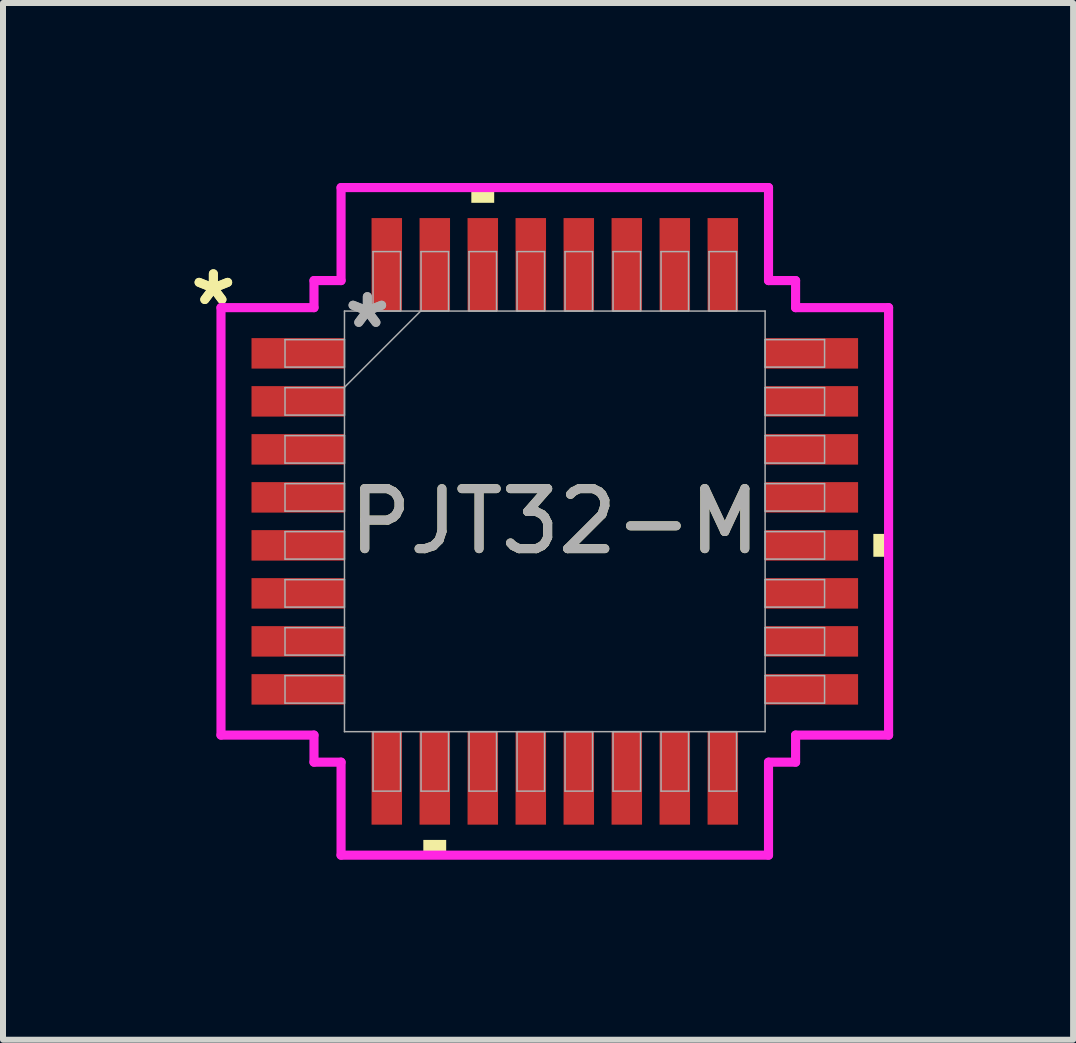
<source format=kicad_pcb>
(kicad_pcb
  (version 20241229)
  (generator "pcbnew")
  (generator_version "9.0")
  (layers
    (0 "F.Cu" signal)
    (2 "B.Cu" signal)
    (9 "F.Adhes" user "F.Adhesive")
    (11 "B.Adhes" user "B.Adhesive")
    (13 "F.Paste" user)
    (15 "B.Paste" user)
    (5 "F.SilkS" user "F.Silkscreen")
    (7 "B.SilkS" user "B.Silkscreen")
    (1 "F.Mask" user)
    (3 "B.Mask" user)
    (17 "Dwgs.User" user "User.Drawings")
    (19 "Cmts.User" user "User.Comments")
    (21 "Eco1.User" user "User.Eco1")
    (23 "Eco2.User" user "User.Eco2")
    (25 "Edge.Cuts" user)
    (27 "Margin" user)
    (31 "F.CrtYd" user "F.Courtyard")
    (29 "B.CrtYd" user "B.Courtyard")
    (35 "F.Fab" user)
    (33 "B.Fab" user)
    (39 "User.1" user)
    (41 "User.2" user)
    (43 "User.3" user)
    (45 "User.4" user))
  (footprint "PJT32-M"
    (layer "F.Cu")
    (at 6.196 5.639)
    (property "Reference" "PJT32-M" (at 0 0 0) (unlocked yes) (layer "F.SilkS") (effects (font (size 1 1) (thickness 0.15))))
    (attr smd)
    (fp_poly (pts (xy -2.191 5.309) (xy -2.191 5.563) (xy -1.81 5.563) (xy -1.81 5.309)) (stroke (width 0) (type solid)) (fill yes) (layer "F.SilkS"))
    (fp_poly (pts (xy -1.391 -5.309) (xy -1.391 -5.563) (xy -1.01 -5.563) (xy -1.01 -5.309)) (stroke (width 0) (type solid)) (fill yes) (layer "F.SilkS"))
    (fp_poly (pts (xy 5.563 0.209) (xy 5.563 0.59) (xy 5.309 0.59) (xy 5.309 0.209)) (stroke (width 0) (type solid)) (fill yes) (layer "F.SilkS"))
    (fp_line (start -5.563 -3.562) (end -4.013 -3.562) (stroke (width 0.152) (type solid)) (layer "F.CrtYd"))
    (fp_line (start -5.563 3.562) (end -5.563 -3.562) (stroke (width 0.152) (type solid)) (layer "F.CrtYd"))
    (fp_line (start -4.013 -4.013) (end -3.562 -4.013) (stroke (width 0.152) (type solid)) (layer "F.CrtYd"))
    (fp_line (start -4.013 -3.562) (end -4.013 -4.013) (stroke (width 0.152) (type solid)) (layer "F.CrtYd"))
    (fp_line (start -4.013 3.562) (end -5.563 3.562) (stroke (width 0.152) (type solid)) (layer "F.CrtYd"))
    (fp_line (start -4.013 4.013) (end -4.013 3.562) (stroke (width 0.152) (type solid)) (layer "F.CrtYd"))
    (fp_line (start -4.013 4.013) (end -3.562 4.013) (stroke (width 0.152) (type solid)) (layer "F.CrtYd"))
    (fp_line (start -3.562 -5.563) (end 3.562 -5.563) (stroke (width 0.152) (type solid)) (layer "F.CrtYd"))
    (fp_line (start -3.562 -4.013) (end -3.562 -5.563) (stroke (width 0.152) (type solid)) (layer "F.CrtYd"))
    (fp_line (start -3.562 4.013) (end -3.562 5.563) (stroke (width 0.152) (type solid)) (layer "F.CrtYd"))
    (fp_line (start -3.562 5.563) (end 3.562 5.563) (stroke (width 0.152) (type solid)) (layer "F.CrtYd"))
    (fp_line (start 3.562 -5.563) (end 3.562 -4.013) (stroke (width 0.152) (type solid)) (layer "F.CrtYd"))
    (fp_line (start 3.562 -4.013) (end 4.013 -4.013) (stroke (width 0.152) (type solid)) (layer "F.CrtYd"))
    (fp_line (start 3.562 4.013) (end 4.013 4.013) (stroke (width 0.152) (type solid)) (layer "F.CrtYd"))
    (fp_line (start 3.562 5.563) (end 3.562 4.013) (stroke (width 0.152) (type solid)) (layer "F.CrtYd"))
    (fp_line (start 4.013 -3.562) (end 4.013 -4.013) (stroke (width 0.152) (type solid)) (layer "F.CrtYd"))
    (fp_line (start 4.013 3.562) (end 5.563 3.562) (stroke (width 0.152) (type solid)) (layer "F.CrtYd"))
    (fp_line (start 4.013 4.013) (end 4.013 3.562) (stroke (width 0.152) (type solid)) (layer "F.CrtYd"))
    (fp_line (start 5.563 -3.562) (end 4.013 -3.562) (stroke (width 0.152) (type solid)) (layer "F.CrtYd"))
    (fp_line (start 5.563 3.562) (end 5.563 -3.562) (stroke (width 0.152) (type solid)) (layer "F.CrtYd"))
    (fp_line (start -4.496 -3.029) (end -4.496 -2.571) (stroke (width 0.025) (type solid)) (layer "F.Fab"))
    (fp_line (start -4.496 -2.571) (end -3.505 -2.571) (stroke (width 0.025) (type solid)) (layer "F.Fab"))
    (fp_line (start -4.496 -2.229) (end -4.496 -1.771) (stroke (width 0.025) (type solid)) (layer "F.Fab"))
    (fp_line (start -4.496 -1.771) (end -3.505 -1.771) (stroke (width 0.025) (type solid)) (layer "F.Fab"))
    (fp_line (start -4.496 -1.429) (end -4.496 -0.971) (stroke (width 0.025) (type solid)) (layer "F.Fab"))
    (fp_line (start -4.496 -0.971) (end -3.505 -0.971) (stroke (width 0.025) (type solid)) (layer "F.Fab"))
    (fp_line (start -4.496 -0.629) (end -4.496 -0.171) (stroke (width 0.025) (type solid)) (layer "F.Fab"))
    (fp_line (start -4.496 -0.171) (end -3.505 -0.171) (stroke (width 0.025) (type solid)) (layer "F.Fab"))
    (fp_line (start -4.496 0.171) (end -4.496 0.629) (stroke (width 0.025) (type solid)) (layer "F.Fab"))
    (fp_line (start -4.496 0.629) (end -3.505 0.629) (stroke (width 0.025) (type solid)) (layer "F.Fab"))
    (fp_line (start -4.496 0.971) (end -4.496 1.429) (stroke (width 0.025) (type solid)) (layer "F.Fab"))
    (fp_line (start -4.496 1.429) (end -3.505 1.429) (stroke (width 0.025) (type solid)) (layer "F.Fab"))
    (fp_line (start -4.496 1.771) (end -4.496 2.229) (stroke (width 0.025) (type solid)) (layer "F.Fab"))
    (fp_line (start -4.496 2.229) (end -3.505 2.229) (stroke (width 0.025) (type solid)) (layer "F.Fab"))
    (fp_line (start -4.496 2.571) (end -4.496 3.029) (stroke (width 0.025) (type solid)) (layer "F.Fab"))
    (fp_line (start -4.496 3.029) (end -3.505 3.029) (stroke (width 0.025) (type solid)) (layer "F.Fab"))
    (fp_line (start -3.505 -3.505) (end -3.505 3.505) (stroke (width 0.025) (type solid)) (layer "F.Fab"))
    (fp_line (start -3.505 -3.029) (end -4.496 -3.029) (stroke (width 0.025) (type solid)) (layer "F.Fab"))
    (fp_line (start -3.505 -2.571) (end -3.505 -3.029) (stroke (width 0.025) (type solid)) (layer "F.Fab"))
    (fp_line (start -3.505 -2.235) (end -2.235 -3.505) (stroke (width 0.025) (type solid)) (layer "F.Fab"))
    (fp_line (start -3.505 -2.229) (end -4.496 -2.229) (stroke (width 0.025) (type solid)) (layer "F.Fab"))
    (fp_line (start -3.505 -1.771) (end -3.505 -2.229) (stroke (width 0.025) (type solid)) (layer "F.Fab"))
    (fp_line (start -3.505 -1.429) (end -4.496 -1.429) (stroke (width 0.025) (type solid)) (layer "F.Fab"))
    (fp_line (start -3.505 -0.971) (end -3.505 -1.429) (stroke (width 0.025) (type solid)) (layer "F.Fab"))
    (fp_line (start -3.505 -0.629) (end -4.496 -0.629) (stroke (width 0.025) (type solid)) (layer "F.Fab"))
    (fp_line (start -3.505 -0.171) (end -3.505 -0.629) (stroke (width 0.025) (type solid)) (layer "F.Fab"))
    (fp_line (start -3.505 0.171) (end -4.496 0.171) (stroke (width 0.025) (type solid)) (layer "F.Fab"))
    (fp_line (start -3.505 0.629) (end -3.505 0.171) (stroke (width 0.025) (type solid)) (layer "F.Fab"))
    (fp_line (start -3.505 0.971) (end -4.496 0.971) (stroke (width 0.025) (type solid)) (layer "F.Fab"))
    (fp_line (start -3.505 1.429) (end -3.505 0.971) (stroke (width 0.025) (type solid)) (layer "F.Fab"))
    (fp_line (start -3.505 1.771) (end -4.496 1.771) (stroke (width 0.025) (type solid)) (layer "F.Fab"))
    (fp_line (start -3.505 2.229) (end -3.505 1.771) (stroke (width 0.025) (type solid)) (layer "F.Fab"))
    (fp_line (start -3.505 2.571) (end -4.496 2.571) (stroke (width 0.025) (type solid)) (layer "F.Fab"))
    (fp_line (start -3.505 3.029) (end -3.505 2.571) (stroke (width 0.025) (type solid)) (layer "F.Fab"))
    (fp_line (start -3.505 3.505) (end 3.505 3.505) (stroke (width 0.025) (type solid)) (layer "F.Fab"))
    (fp_line (start -3.029 -4.496) (end -3.029 -3.505) (stroke (width 0.025) (type solid)) (layer "F.Fab"))
    (fp_line (start -3.029 -3.505) (end -2.571 -3.505) (stroke (width 0.025) (type solid)) (layer "F.Fab"))
    (fp_line (start -3.029 3.505) (end -3.029 4.496) (stroke (width 0.025) (type solid)) (layer "F.Fab"))
    (fp_line (start -3.029 4.496) (end -2.571 4.496) (stroke (width 0.025) (type solid)) (layer "F.Fab"))
    (fp_line (start -2.571 -4.496) (end -3.029 -4.496) (stroke (width 0.025) (type solid)) (layer "F.Fab"))
    (fp_line (start -2.571 -3.505) (end -2.571 -4.496) (stroke (width 0.025) (type solid)) (layer "F.Fab"))
    (fp_line (start -2.571 3.505) (end -3.029 3.505) (stroke (width 0.025) (type solid)) (layer "F.Fab"))
    (fp_line (start -2.571 4.496) (end -2.571 3.505) (stroke (width 0.025) (type solid)) (layer "F.Fab"))
    (fp_line (start -2.229 -4.496) (end -2.229 -3.505) (stroke (width 0.025) (type solid)) (layer "F.Fab"))
    (fp_line (start -2.229 -3.505) (end -1.771 -3.505) (stroke (width 0.025) (type solid)) (layer "F.Fab"))
    (fp_line (start -2.229 3.505) (end -2.229 4.496) (stroke (width 0.025) (type solid)) (layer "F.Fab"))
    (fp_line (start -2.229 4.496) (end -1.771 4.496) (stroke (width 0.025) (type solid)) (layer "F.Fab"))
    (fp_line (start -1.771 -4.496) (end -2.229 -4.496) (stroke (width 0.025) (type solid)) (layer "F.Fab"))
    (fp_line (start -1.771 -3.505) (end -1.771 -4.496) (stroke (width 0.025) (type solid)) (layer "F.Fab"))
    (fp_line (start -1.771 3.505) (end -2.229 3.505) (stroke (width 0.025) (type solid)) (layer "F.Fab"))
    (fp_line (start -1.771 4.496) (end -1.771 3.505) (stroke (width 0.025) (type solid)) (layer "F.Fab"))
    (fp_line (start -1.429 -4.496) (end -1.429 -3.505) (stroke (width 0.025) (type solid)) (layer "F.Fab"))
    (fp_line (start -1.429 -3.505) (end -0.971 -3.505) (stroke (width 0.025) (type solid)) (layer "F.Fab"))
    (fp_line (start -1.429 3.505) (end -1.429 4.496) (stroke (width 0.025) (type solid)) (layer "F.Fab"))
    (fp_line (start -1.429 4.496) (end -0.971 4.496) (stroke (width 0.025) (type solid)) (layer "F.Fab"))
    (fp_line (start -0.971 -4.496) (end -1.429 -4.496) (stroke (width 0.025) (type solid)) (layer "F.Fab"))
    (fp_line (start -0.971 -3.505) (end -0.971 -4.496) (stroke (width 0.025) (type solid)) (layer "F.Fab"))
    (fp_line (start -0.971 3.505) (end -1.429 3.505) (stroke (width 0.025) (type solid)) (layer "F.Fab"))
    (fp_line (start -0.971 4.496) (end -0.971 3.505) (stroke (width 0.025) (type solid)) (layer "F.Fab"))
    (fp_line (start -0.629 -4.496) (end -0.629 -3.505) (stroke (width 0.025) (type solid)) (layer "F.Fab"))
    (fp_line (start -0.629 -3.505) (end -0.171 -3.505) (stroke (width 0.025) (type solid)) (layer "F.Fab"))
    (fp_line (start -0.629 3.505) (end -0.629 4.496) (stroke (width 0.025) (type solid)) (layer "F.Fab"))
    (fp_line (start -0.629 4.496) (end -0.171 4.496) (stroke (width 0.025) (type solid)) (layer "F.Fab"))
    (fp_line (start -0.171 -4.496) (end -0.629 -4.496) (stroke (width 0.025) (type solid)) (layer "F.Fab"))
    (fp_line (start -0.171 -3.505) (end -0.171 -4.496) (stroke (width 0.025) (type solid)) (layer "F.Fab"))
    (fp_line (start -0.171 3.505) (end -0.629 3.505) (stroke (width 0.025) (type solid)) (layer "F.Fab"))
    (fp_line (start -0.171 4.496) (end -0.171 3.505) (stroke (width 0.025) (type solid)) (layer "F.Fab"))
    (fp_line (start 0.171 -4.496) (end 0.171 -3.505) (stroke (width 0.025) (type solid)) (layer "F.Fab"))
    (fp_line (start 0.171 -3.505) (end 0.629 -3.505) (stroke (width 0.025) (type solid)) (layer "F.Fab"))
    (fp_line (start 0.171 3.505) (end 0.171 4.496) (stroke (width 0.025) (type solid)) (layer "F.Fab"))
    (fp_line (start 0.171 4.496) (end 0.629 4.496) (stroke (width 0.025) (type solid)) (layer "F.Fab"))
    (fp_line (start 0.629 -4.496) (end 0.171 -4.496) (stroke (width 0.025) (type solid)) (layer "F.Fab"))
    (fp_line (start 0.629 -3.505) (end 0.629 -4.496) (stroke (width 0.025) (type solid)) (layer "F.Fab"))
    (fp_line (start 0.629 3.505) (end 0.171 3.505) (stroke (width 0.025) (type solid)) (layer "F.Fab"))
    (fp_line (start 0.629 4.496) (end 0.629 3.505) (stroke (width 0.025) (type solid)) (layer "F.Fab"))
    (fp_line (start 0.971 -4.496) (end 0.971 -3.505) (stroke (width 0.025) (type solid)) (layer "F.Fab"))
    (fp_line (start 0.971 -3.505) (end 1.429 -3.505) (stroke (width 0.025) (type solid)) (layer "F.Fab"))
    (fp_line (start 0.971 3.505) (end 0.971 4.496) (stroke (width 0.025) (type solid)) (layer "F.Fab"))
    (fp_line (start 0.971 4.496) (end 1.429 4.496) (stroke (width 0.025) (type solid)) (layer "F.Fab"))
    (fp_line (start 1.429 -4.496) (end 0.971 -4.496) (stroke (width 0.025) (type solid)) (layer "F.Fab"))
    (fp_line (start 1.429 -3.505) (end 1.429 -4.496) (stroke (width 0.025) (type solid)) (layer "F.Fab"))
    (fp_line (start 1.429 3.505) (end 0.971 3.505) (stroke (width 0.025) (type solid)) (layer "F.Fab"))
    (fp_line (start 1.429 4.496) (end 1.429 3.505) (stroke (width 0.025) (type solid)) (layer "F.Fab"))
    (fp_line (start 1.771 -4.496) (end 1.771 -3.505) (stroke (width 0.025) (type solid)) (layer "F.Fab"))
    (fp_line (start 1.771 -3.505) (end 2.229 -3.505) (stroke (width 0.025) (type solid)) (layer "F.Fab"))
    (fp_line (start 1.771 3.505) (end 1.771 4.496) (stroke (width 0.025) (type solid)) (layer "F.Fab"))
    (fp_line (start 1.771 4.496) (end 2.229 4.496) (stroke (width 0.025) (type solid)) (layer "F.Fab"))
    (fp_line (start 2.229 -4.496) (end 1.771 -4.496) (stroke (width 0.025) (type solid)) (layer "F.Fab"))
    (fp_line (start 2.229 -3.505) (end 2.229 -4.496) (stroke (width 0.025) (type solid)) (layer "F.Fab"))
    (fp_line (start 2.229 3.505) (end 1.771 3.505) (stroke (width 0.025) (type solid)) (layer "F.Fab"))
    (fp_line (start 2.229 4.496) (end 2.229 3.505) (stroke (width 0.025) (type solid)) (layer "F.Fab"))
    (fp_line (start 2.571 -4.496) (end 2.571 -3.505) (stroke (width 0.025) (type solid)) (layer "F.Fab"))
    (fp_line (start 2.571 -3.505) (end 3.029 -3.505) (stroke (width 0.025) (type solid)) (layer "F.Fab"))
    (fp_line (start 2.571 3.505) (end 2.571 4.496) (stroke (width 0.025) (type solid)) (layer "F.Fab"))
    (fp_line (start 2.571 4.496) (end 3.029 4.496) (stroke (width 0.025) (type solid)) (layer "F.Fab"))
    (fp_line (start 3.029 -4.496) (end 2.571 -4.496) (stroke (width 0.025) (type solid)) (layer "F.Fab"))
    (fp_line (start 3.029 -3.505) (end 3.029 -4.496) (stroke (width 0.025) (type solid)) (layer "F.Fab"))
    (fp_line (start 3.029 3.505) (end 2.571 3.505) (stroke (width 0.025) (type solid)) (layer "F.Fab"))
    (fp_line (start 3.029 4.496) (end 3.029 3.505) (stroke (width 0.025) (type solid)) (layer "F.Fab"))
    (fp_line (start 3.505 -3.505) (end -3.505 -3.505) (stroke (width 0.025) (type solid)) (layer "F.Fab"))
    (fp_line (start 3.505 -3.029) (end 3.505 -2.571) (stroke (width 0.025) (type solid)) (layer "F.Fab"))
    (fp_line (start 3.505 -2.571) (end 4.496 -2.571) (stroke (width 0.025) (type solid)) (layer "F.Fab"))
    (fp_line (start 3.505 -2.229) (end 3.505 -1.771) (stroke (width 0.025) (type solid)) (layer "F.Fab"))
    (fp_line (start 3.505 -1.771) (end 4.496 -1.771) (stroke (width 0.025) (type solid)) (layer "F.Fab"))
    (fp_line (start 3.505 -1.429) (end 3.505 -0.971) (stroke (width 0.025) (type solid)) (layer "F.Fab"))
    (fp_line (start 3.505 -0.971) (end 4.496 -0.971) (stroke (width 0.025) (type solid)) (layer "F.Fab"))
    (fp_line (start 3.505 -0.629) (end 3.505 -0.171) (stroke (width 0.025) (type solid)) (layer "F.Fab"))
    (fp_line (start 3.505 -0.171) (end 4.496 -0.171) (stroke (width 0.025) (type solid)) (layer "F.Fab"))
    (fp_line (start 3.505 0.171) (end 3.505 0.629) (stroke (width 0.025) (type solid)) (layer "F.Fab"))
    (fp_line (start 3.505 0.629) (end 4.496 0.629) (stroke (width 0.025) (type solid)) (layer "F.Fab"))
    (fp_line (start 3.505 0.971) (end 3.505 1.429) (stroke (width 0.025) (type solid)) (layer "F.Fab"))
    (fp_line (start 3.505 1.429) (end 4.496 1.429) (stroke (width 0.025) (type solid)) (layer "F.Fab"))
    (fp_line (start 3.505 1.771) (end 3.505 2.229) (stroke (width 0.025) (type solid)) (layer "F.Fab"))
    (fp_line (start 3.505 2.229) (end 4.496 2.229) (stroke (width 0.025) (type solid)) (layer "F.Fab"))
    (fp_line (start 3.505 2.571) (end 3.505 3.029) (stroke (width 0.025) (type solid)) (layer "F.Fab"))
    (fp_line (start 3.505 3.029) (end 4.496 3.029) (stroke (width 0.025) (type solid)) (layer "F.Fab"))
    (fp_line (start 3.505 3.505) (end 3.505 -3.505) (stroke (width 0.025) (type solid)) (layer "F.Fab"))
    (fp_line (start 4.496 -3.029) (end 3.505 -3.029) (stroke (width 0.025) (type solid)) (layer "F.Fab"))
    (fp_line (start 4.496 -2.571) (end 4.496 -3.029) (stroke (width 0.025) (type solid)) (layer "F.Fab"))
    (fp_line (start 4.496 -2.229) (end 3.505 -2.229) (stroke (width 0.025) (type solid)) (layer "F.Fab"))
    (fp_line (start 4.496 -1.771) (end 4.496 -2.229) (stroke (width 0.025) (type solid)) (layer "F.Fab"))
    (fp_line (start 4.496 -1.429) (end 3.505 -1.429) (stroke (width 0.025) (type solid)) (layer "F.Fab"))
    (fp_line (start 4.496 -0.971) (end 4.496 -1.429) (stroke (width 0.025) (type solid)) (layer "F.Fab"))
    (fp_line (start 4.496 -0.629) (end 3.505 -0.629) (stroke (width 0.025) (type solid)) (layer "F.Fab"))
    (fp_line (start 4.496 -0.171) (end 4.496 -0.629) (stroke (width 0.025) (type solid)) (layer "F.Fab"))
    (fp_line (start 4.496 0.171) (end 3.505 0.171) (stroke (width 0.025) (type solid)) (layer "F.Fab"))
    (fp_line (start 4.496 0.629) (end 4.496 0.171) (stroke (width 0.025) (type solid)) (layer "F.Fab"))
    (fp_line (start 4.496 0.971) (end 3.505 0.971) (stroke (width 0.025) (type solid)) (layer "F.Fab"))
    (fp_line (start 4.496 1.429) (end 4.496 0.971) (stroke (width 0.025) (type solid)) (layer "F.Fab"))
    (fp_line (start 4.496 1.771) (end 3.505 1.771) (stroke (width 0.025) (type solid)) (layer "F.Fab"))
    (fp_line (start 4.496 2.229) (end 4.496 1.771) (stroke (width 0.025) (type solid)) (layer "F.Fab"))
    (fp_line (start 4.496 2.571) (end 3.505 2.571) (stroke (width 0.025) (type solid)) (layer "F.Fab"))
    (fp_line (start 4.496 3.029) (end 4.496 2.571) (stroke (width 0.025) (type solid)) (layer "F.Fab"))
    (fp_text user "*" (at -5.69 -3.581 0) (layer "F.SilkS") (effects (font (size 1 1) (thickness 0.15))))
    (fp_text user "*" (at -5.69 -3.581 0) (unlocked yes) (layer "F.SilkS") (effects (font (size 1 1) (thickness 0.15))))
    (fp_text user "*" (at -3.124 -3.2 0) (unlocked yes) (layer "F.Fab") (effects (font (size 1 1) (thickness 0.15))))
    (fp_text user "${REFERENCE}" (at 0 0 0) (unlocked yes) (layer "F.Fab") (effects (font (size 1 1) (thickness 0.15))))
    (fp_text user "*" (at -3.124 -3.2 0) (layer "F.Fab") (effects (font (size 1 1) (thickness 0.15))))
    (pad "1" smd rect (at -4.28 -2.8 90) (size 0.508 1.549) (layers "F.Cu" "F.Mask" "F.Paste"))
    (pad "2" smd rect (at -4.28 -2 90) (size 0.508 1.549) (layers "F.Cu" "F.Mask" "F.Paste"))
    (pad "3" smd rect (at -4.28 -1.2 90) (size 0.508 1.549) (layers "F.Cu" "F.Mask" "F.Paste"))
    (pad "4" smd rect (at -4.28 -0.4 90) (size 0.508 1.549) (layers "F.Cu" "F.Mask" "F.Paste"))
    (pad "5" smd rect (at -4.28 0.4 90) (size 0.508 1.549) (layers "F.Cu" "F.Mask" "F.Paste"))
    (pad "6" smd rect (at -4.28 1.2 90) (size 0.508 1.549) (layers "F.Cu" "F.Mask" "F.Paste"))
    (pad "7" smd rect (at -4.28 2 90) (size 0.508 1.549) (layers "F.Cu" "F.Mask" "F.Paste"))
    (pad "8" smd rect (at -4.28 2.8 90) (size 0.508 1.549) (layers "F.Cu" "F.Mask" "F.Paste"))
    (pad "9" smd rect (at -2.8 4.28) (size 0.508 1.549) (layers "F.Cu" "F.Mask" "F.Paste"))
    (pad "10" smd rect (at -2 4.28) (size 0.508 1.549) (layers "F.Cu" "F.Mask" "F.Paste"))
    (pad "11" smd rect (at -1.2 4.28) (size 0.508 1.549) (layers "F.Cu" "F.Mask" "F.Paste"))
    (pad "12" smd rect (at -0.4 4.28) (size 0.508 1.549) (layers "F.Cu" "F.Mask" "F.Paste"))
    (pad "13" smd rect (at 0.4 4.28) (size 0.508 1.549) (layers "F.Cu" "F.Mask" "F.Paste"))
    (pad "14" smd rect (at 1.2 4.28) (size 0.508 1.549) (layers "F.Cu" "F.Mask" "F.Paste"))
    (pad "15" smd rect (at 2 4.28) (size 0.508 1.549) (layers "F.Cu" "F.Mask" "F.Paste"))
    (pad "16" smd rect (at 2.8 4.28) (size 0.508 1.549) (layers "F.Cu" "F.Mask" "F.Paste"))
    (pad "17" smd rect (at 4.28 2.8 90) (size 0.508 1.549) (layers "F.Cu" "F.Mask" "F.Paste"))
    (pad "18" smd rect (at 4.28 2 90) (size 0.508 1.549) (layers "F.Cu" "F.Mask" "F.Paste"))
    (pad "19" smd rect (at 4.28 1.2 90) (size 0.508 1.549) (layers "F.Cu" "F.Mask" "F.Paste"))
    (pad "20" smd rect (at 4.28 0.4 90) (size 0.508 1.549) (layers "F.Cu" "F.Mask" "F.Paste"))
    (pad "21" smd rect (at 4.28 -0.4 90) (size 0.508 1.549) (layers "F.Cu" "F.Mask" "F.Paste"))
    (pad "22" smd rect (at 4.28 -1.2 90) (size 0.508 1.549) (layers "F.Cu" "F.Mask" "F.Paste"))
    (pad "23" smd rect (at 4.28 -2 90) (size 0.508 1.549) (layers "F.Cu" "F.Mask" "F.Paste"))
    (pad "24" smd rect (at 4.28 -2.8 90) (size 0.508 1.549) (layers "F.Cu" "F.Mask" "F.Paste"))
    (pad "25" smd rect (at 2.8 -4.28) (size 0.508 1.549) (layers "F.Cu" "F.Mask" "F.Paste"))
    (pad "26" smd rect (at 2 -4.28) (size 0.508 1.549) (layers "F.Cu" "F.Mask" "F.Paste"))
    (pad "27" smd rect (at 1.2 -4.28) (size 0.508 1.549) (layers "F.Cu" "F.Mask" "F.Paste"))
    (pad "28" smd rect (at 0.4 -4.28) (size 0.508 1.549) (layers "F.Cu" "F.Mask" "F.Paste"))
    (pad "29" smd rect (at -0.4 -4.28) (size 0.508 1.549) (layers "F.Cu" "F.Mask" "F.Paste"))
    (pad "30" smd rect (at -1.2 -4.28) (size 0.508 1.549) (layers "F.Cu" "F.Mask" "F.Paste"))
    (pad "31" smd rect (at -2 -4.28) (size 0.508 1.549) (layers "F.Cu" "F.Mask" "F.Paste"))
    (pad "32" smd rect (at -2.8 -4.28) (size 0.508 1.549) (layers "F.Cu" "F.Mask" "F.Paste")))
  (gr_rect
    (start -3 -3)
    (end 14.834 14.278)
    (stroke (width 0.1) (type default))
    (fill no)
    (layer "Edge.Cuts")))
</source>
